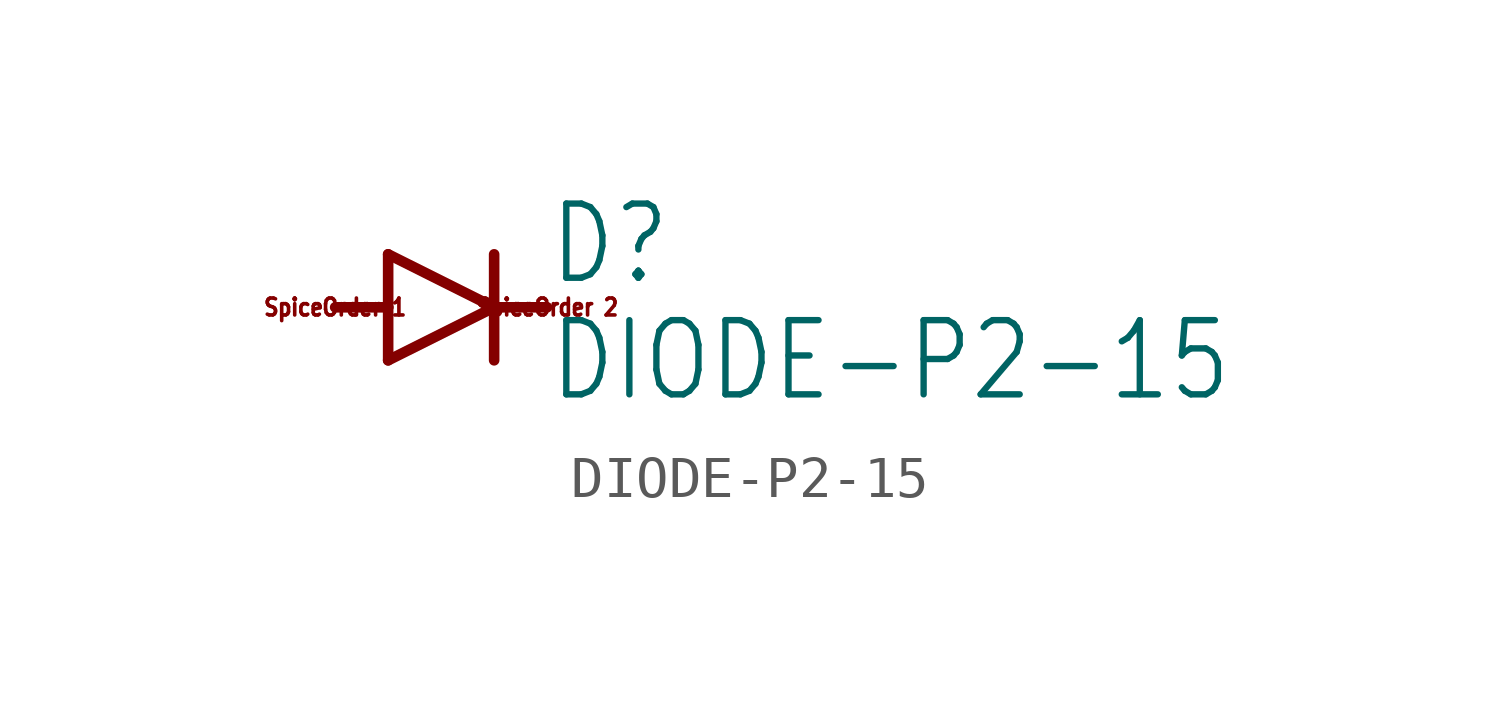
<source format=kicad_sym>
(kicad_symbol_lib
  (version 20211014)
  (generator kicad_symbol_editor)
  (symbol "DIODE-P2-15"
    (property "Reference" "D"
      (at 2.54 0.483 0)
      (effects (font (size 1.778 1.511)) (justify left bottom)))
    (property "Value" "DIODE-P2-15"
      (at 2.54 -2.311 0)
      (effects (font (size 1.778 1.511)) (justify left bottom)))
    (property "ki_locked" ""
      (at 0 0 0)
      (effects (font (size 1.27 1.27))))
    (symbol "DIODE-P2-15_1_0"
      (polyline (pts (xy -1.27 -1.27) (xy 1.27 0)) (stroke (width 0.254) (type default) (color 0 0 0 0)) (fill (type none)))
      (polyline (pts (xy -1.27 0) (xy -2.54 0)) (stroke (width 0.254) (type default) (color 0 0 0 0)) (fill (type none)))
      (polyline (pts (xy -1.27 0) (xy -1.27 -1.27)) (stroke (width 0.254) (type default) (color 0 0 0 0)) (fill (type none)))
      (polyline (pts (xy -1.27 1.27) (xy -1.27 0)) (stroke (width 0.254) (type default) (color 0 0 0 0)) (fill (type none)))
      (polyline (pts (xy 1.27 0) (xy -1.27 1.27)) (stroke (width 0.254) (type default) (color 0 0 0 0)) (fill (type none)))
      (polyline (pts (xy 1.27 0) (xy 1.27 -1.27)) (stroke (width 0.254) (type default) (color 0 0 0 0)) (fill (type none)))
      (polyline (pts (xy 1.27 1.27) (xy 1.27 0)) (stroke (width 0.254) (type default) (color 0 0 0 0)) (fill (type none)))
      (polyline (pts (xy 2.54 0) (xy 1.27 0)) (stroke (width 0.254) (type default) (color 0 0 0 0)) (fill (type none)))
      (text "SpiceOrder 1" (at -2.54 0 0) (effects (font (size 0.406 0.345))))
      (text "SpiceOrder 2" (at 2.54 0 0) (effects (font (size 0.406 0.345))))
      (pin passive line (at -2.54 0 0) (length 0) (name "A" (effects (font (size 0 0)))) (number "A" (effects (font (size 0 0)))))
      (pin passive line (at 2.54 0 180) (length 0) (name "C" (effects (font (size 0 0)))) (number "C" (effects (font (size 0 0))))))))
</source>
